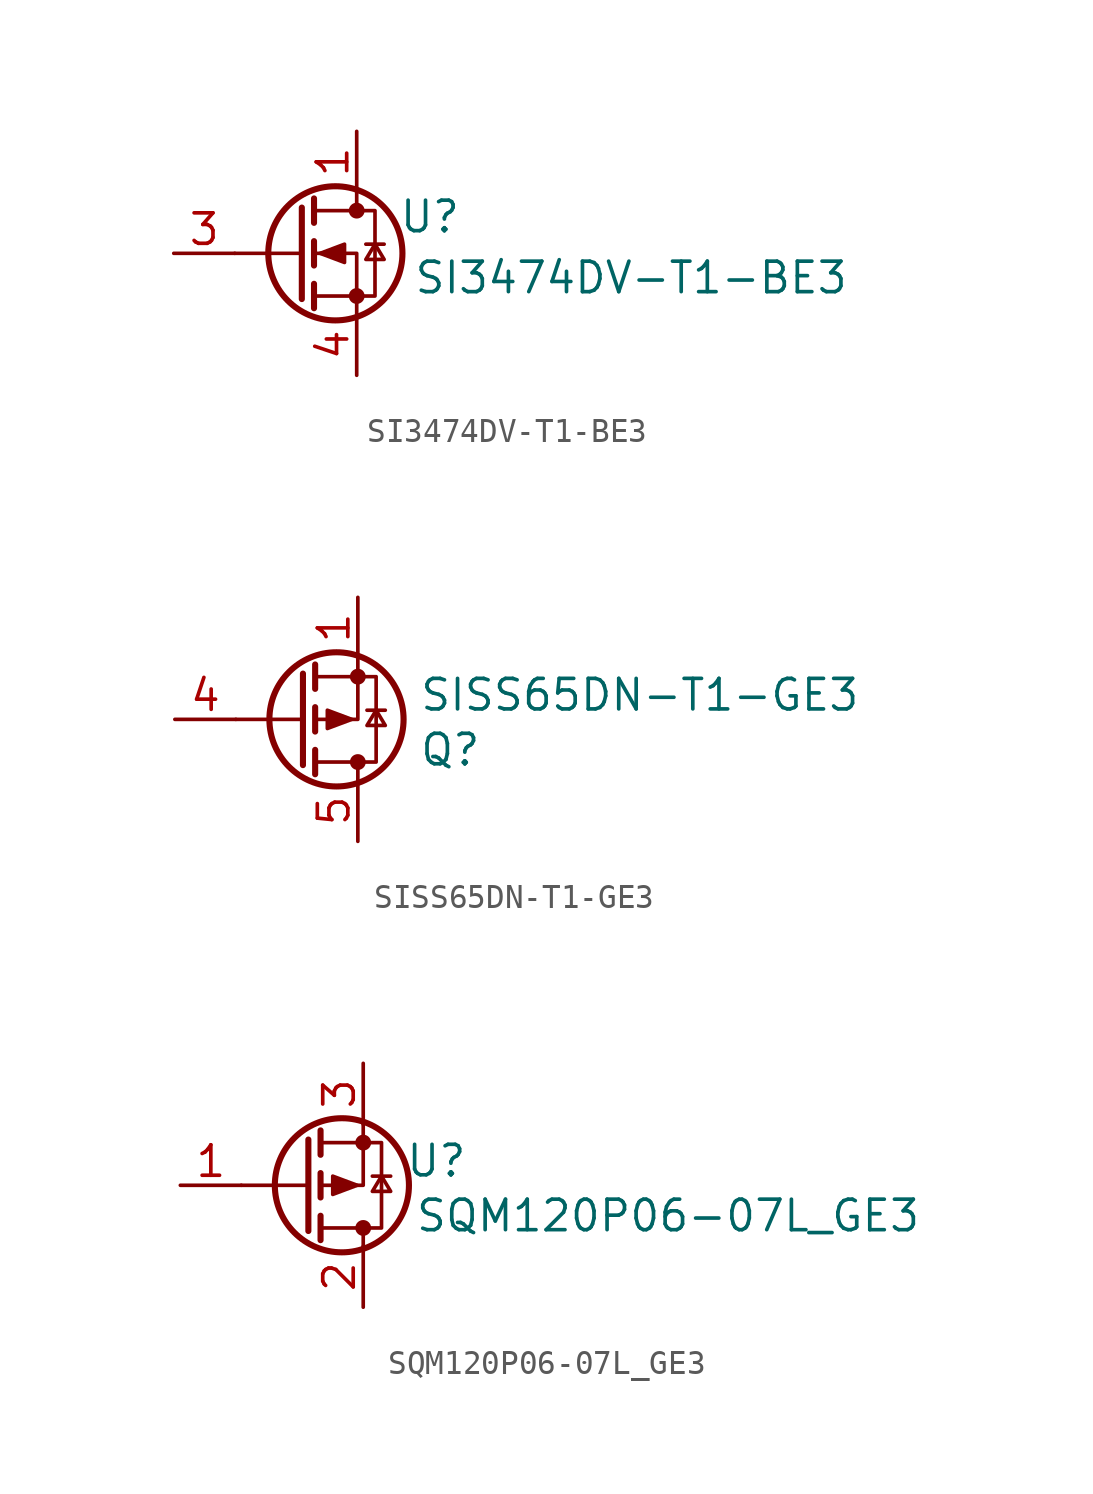
<source format=kicad_sym>
(kicad_symbol_lib
  (version 20241209)
  (generator "kicad_symbol_editor")
  (generator_version "9.0")
  (symbol "SI3474DV-T1-BE3"
    (pin_names
      (hide yes))
    (property "Reference" "U"
      (at 3.048 1.524 0)
      (effects (font (size 1.27 1.27))))
    (property "Value" "SI3474DV-T1-BE3"
      (at 11.43 -1.016 0)
      (effects (font (size 1.27 1.27))))
    (symbol "SI3474DV-T1-BE3_0_1"
      (polyline (pts (xy -2.286 1.905) (xy -2.286 -1.905)) (stroke (width 0.254) (type default)) (fill (type none)))
      (polyline (pts (xy -2.286 0) (xy -5.08 0)) (stroke (width 0) (type default)) (fill (type none)))
      (polyline (pts (xy -1.778 2.286) (xy -1.778 1.27)) (stroke (width 0.254) (type default)) (fill (type none)))
      (polyline (pts (xy -1.778 0.508) (xy -1.778 -0.508)) (stroke (width 0.254) (type default)) (fill (type none)))
      (polyline (pts (xy -1.778 -1.27) (xy -1.778 -2.286)) (stroke (width 0.254) (type default)) (fill (type none)))
      (polyline (pts (xy -1.778 -1.778) (xy 0.762 -1.778) (xy 0.762 1.778) (xy -1.778 1.778)) (stroke (width 0) (type default)) (fill (type none)))
      (polyline (pts (xy -1.524 0) (xy -0.508 0.381) (xy -0.508 -0.381) (xy -1.524 0)) (stroke (width 0) (type default)) (fill (type outline)))
      (circle (center -0.889 0) (radius 2.794) (stroke (width 0.254) (type default)) (fill (type none)))
      (polyline (pts (xy 0 2.54) (xy 0 1.778)) (stroke (width 0) (type default)) (fill (type none)))
      (circle (center 0 1.778) (radius 0.254) (stroke (width 0) (type default)) (fill (type outline)))
      (circle (center 0 -1.778) (radius 0.254) (stroke (width 0) (type default)) (fill (type outline)))
      (polyline (pts (xy 0 -2.54) (xy 0 0) (xy -1.778 0)) (stroke (width 0) (type default)) (fill (type none)))
      (polyline (pts (xy 0.381 0.381) (xy 1.143 0.381)) (stroke (width 0) (type default)) (fill (type none)))
      (polyline (pts (xy 0.762 0.381) (xy 0.381 -0.254) (xy 1.143 -0.254) (xy 0.762 0.381)) (stroke (width 0) (type default)) (fill (type none))))
    (symbol "SI3474DV-T1-BE3_1_1"
      (pin input line (at -7.62 0 0) (length 2.54) (name "G" (effects (font (size 1.27 1.27)))) (number "3" (effects (font (size 1.27 1.27)))))
      (pin passive line (at 0 5.08 270) (length 2.54) (name "D1" (effects (font (size 1.27 1.27)))) (number "1" (effects (font (size 1.27 1.27)))))
      (pin passive line (at 0 5.08 270) (length 2.54) (hide yes) (name "D2" (effects (font (size 1.27 1.27)))) (number "2" (effects (font (size 1.27 1.27)))))
      (pin passive line (at 0 5.08 270) (length 2.54) (hide yes) (name "D3" (effects (font (size 1.27 1.27)))) (number "5" (effects (font (size 1.27 1.27)))))
      (pin passive line (at 0 5.08 270) (length 2.54) (hide yes) (name "D4" (effects (font (size 1.27 1.27)))) (number "6" (effects (font (size 1.27 1.27)))))
      (pin passive line (at 0 -5.08 90) (length 2.54) (name "S" (effects (font (size 1.27 1.27)))) (number "4" (effects (font (size 1.27 1.27)))))))
  (symbol "SISS65DN-T1-GE3"
    (pin_names
      (hide yes))
    (property "Reference" "Q"
      (at 5.08 -1.27 0)
      (effects (font (size 1.27 1.27)) (justify left)))
    (property "Value" "SISS65DN-T1-GE3"
      (at 5.08 1.016 0)
      (effects (font (size 1.27 1.27)) (justify left)))
    (symbol "SISS65DN-T1-GE3_0_1"
      (polyline (pts (xy 0.254 0) (xy -2.54 0)) (stroke (width 0) (type default)) (fill (type none)))
      (polyline (pts (xy 0.254 -1.905) (xy 0.254 1.905)) (stroke (width 0.254) (type default)) (fill (type none)))
      (polyline (pts (xy 0.762 1.27) (xy 0.762 2.286)) (stroke (width 0.254) (type default)) (fill (type none)))
      (polyline (pts (xy 0.762 -0.508) (xy 0.762 0.508)) (stroke (width 0.254) (type default)) (fill (type none)))
      (polyline (pts (xy 0.762 -1.778) (xy 3.302 -1.778) (xy 3.302 1.778) (xy 0.762 1.778)) (stroke (width 0) (type default)) (fill (type none)))
      (polyline (pts (xy 0.762 -2.286) (xy 0.762 -1.27)) (stroke (width 0.254) (type default)) (fill (type none)))
      (circle (center 1.651 0) (radius 2.794) (stroke (width 0.254) (type default)) (fill (type none)))
      (polyline (pts (xy 2.286 0) (xy 1.27 -0.381) (xy 1.27 0.381) (xy 2.286 0)) (stroke (width 0) (type default)) (fill (type outline)))
      (polyline (pts (xy 2.54 2.54) (xy 2.54 0) (xy 0.762 0)) (stroke (width 0) (type default)) (fill (type none)))
      (circle (center 2.54 1.778) (radius 0.254) (stroke (width 0) (type default)) (fill (type outline)))
      (circle (center 2.54 -1.778) (radius 0.254) (stroke (width 0) (type default)) (fill (type outline)))
      (polyline (pts (xy 2.54 -2.54) (xy 2.54 -1.778)) (stroke (width 0) (type default)) (fill (type none)))
      (polyline (pts (xy 2.921 0.381) (xy 3.683 0.381)) (stroke (width 0) (type default)) (fill (type none)))
      (polyline (pts (xy 3.302 0.381) (xy 2.921 -0.254) (xy 3.683 -0.254) (xy 3.302 0.381)) (stroke (width 0) (type default)) (fill (type none))))
    (symbol "SISS65DN-T1-GE3_1_1"
      (pin input line (at -5.08 0 0) (length 2.54) (name "G" (effects (font (size 1.27 1.27)))) (number "4" (effects (font (size 1.27 1.27)))))
      (pin passive line (at 2.54 5.08 270) (length 2.54) (name "S1" (effects (font (size 1.27 1.27)))) (number "1" (effects (font (size 1.27 1.27)))))
      (pin passive line (at 2.54 5.08 270) (length 2.54) (hide yes) (name "S2" (effects (font (size 1.27 1.27)))) (number "2" (effects (font (size 1.27 1.27)))))
      (pin passive line (at 2.54 5.08 270) (length 2.54) (hide yes) (name "S3" (effects (font (size 1.27 1.27)))) (number "3" (effects (font (size 1.27 1.27)))))
      (pin passive line (at 2.54 -5.08 90) (length 2.54) (name "D1" (effects (font (size 1.27 1.27)))) (number "5" (effects (font (size 1.27 1.27)))))
      (pin passive line (at 2.54 -5.08 90) (length 2.54) (hide yes) (name "D2" (effects (font (size 1.27 1.27)))) (number "6" (effects (font (size 1.27 1.27)))))
      (pin passive line (at 2.54 -5.08 90) (length 2.54) (hide yes) (name "D3" (effects (font (size 1.27 1.27)))) (number "7" (effects (font (size 1.27 1.27)))))
      (pin passive line (at 2.54 -5.08 90) (length 2.54) (hide yes) (name "D4" (effects (font (size 1.27 1.27)))) (number "8" (effects (font (size 1.27 1.27)))))))
  (symbol "SQM120P06-07L_GE3"
    (pin_names
      (hide yes))
    (property "Reference" "U"
      (at 3.048 1.016 0)
      (effects (font (size 1.27 1.27))))
    (property "Value" "SQM120P06-07L_GE3"
      (at 12.7 -1.27 0)
      (effects (font (size 1.27 1.27))))
    (symbol "SQM120P06-07L_GE3_0_1"
      (polyline (pts (xy -2.286 0) (xy -5.08 0)) (stroke (width 0) (type default)) (fill (type none)))
      (polyline (pts (xy -2.286 -1.905) (xy -2.286 1.905)) (stroke (width 0.254) (type default)) (fill (type none)))
      (polyline (pts (xy -1.778 1.27) (xy -1.778 2.286)) (stroke (width 0.254) (type default)) (fill (type none)))
      (polyline (pts (xy -1.778 -0.508) (xy -1.778 0.508)) (stroke (width 0.254) (type default)) (fill (type none)))
      (polyline (pts (xy -1.778 -1.778) (xy 0.762 -1.778) (xy 0.762 1.778) (xy -1.778 1.778)) (stroke (width 0) (type default)) (fill (type none)))
      (polyline (pts (xy -1.778 -2.286) (xy -1.778 -1.27)) (stroke (width 0.254) (type default)) (fill (type none)))
      (circle (center -0.889 0) (radius 2.794) (stroke (width 0.254) (type default)) (fill (type none)))
      (polyline (pts (xy -0.254 0) (xy -1.27 -0.381) (xy -1.27 0.381) (xy -0.254 0)) (stroke (width 0) (type default)) (fill (type outline)))
      (polyline (pts (xy 0 2.54) (xy 0 0) (xy -1.778 0)) (stroke (width 0) (type default)) (fill (type none)))
      (circle (center 0 1.778) (radius 0.254) (stroke (width 0) (type default)) (fill (type outline)))
      (circle (center 0 -1.778) (radius 0.254) (stroke (width 0) (type default)) (fill (type outline)))
      (polyline (pts (xy 0 -2.54) (xy 0 -1.778)) (stroke (width 0) (type default)) (fill (type none)))
      (polyline (pts (xy 0.381 0.381) (xy 1.143 0.381)) (stroke (width 0) (type default)) (fill (type none)))
      (polyline (pts (xy 0.762 0.381) (xy 0.381 -0.254) (xy 1.143 -0.254) (xy 0.762 0.381)) (stroke (width 0) (type default)) (fill (type none))))
    (symbol "SQM120P06-07L_GE3_1_1"
      (pin input line (at -7.62 0 0) (length 2.54) (name "G" (effects (font (size 1.27 1.27)))) (number "1" (effects (font (size 1.27 1.27)))))
      (pin passive line (at 0 5.08 270) (length 2.54) (name "S" (effects (font (size 1.27 1.27)))) (number "3" (effects (font (size 1.27 1.27)))))
      (pin passive line (at 0 -5.08 90) (length 2.54) (name "D" (effects (font (size 1.27 1.27)))) (number "2" (effects (font (size 1.27 1.27))))))))
</source>
